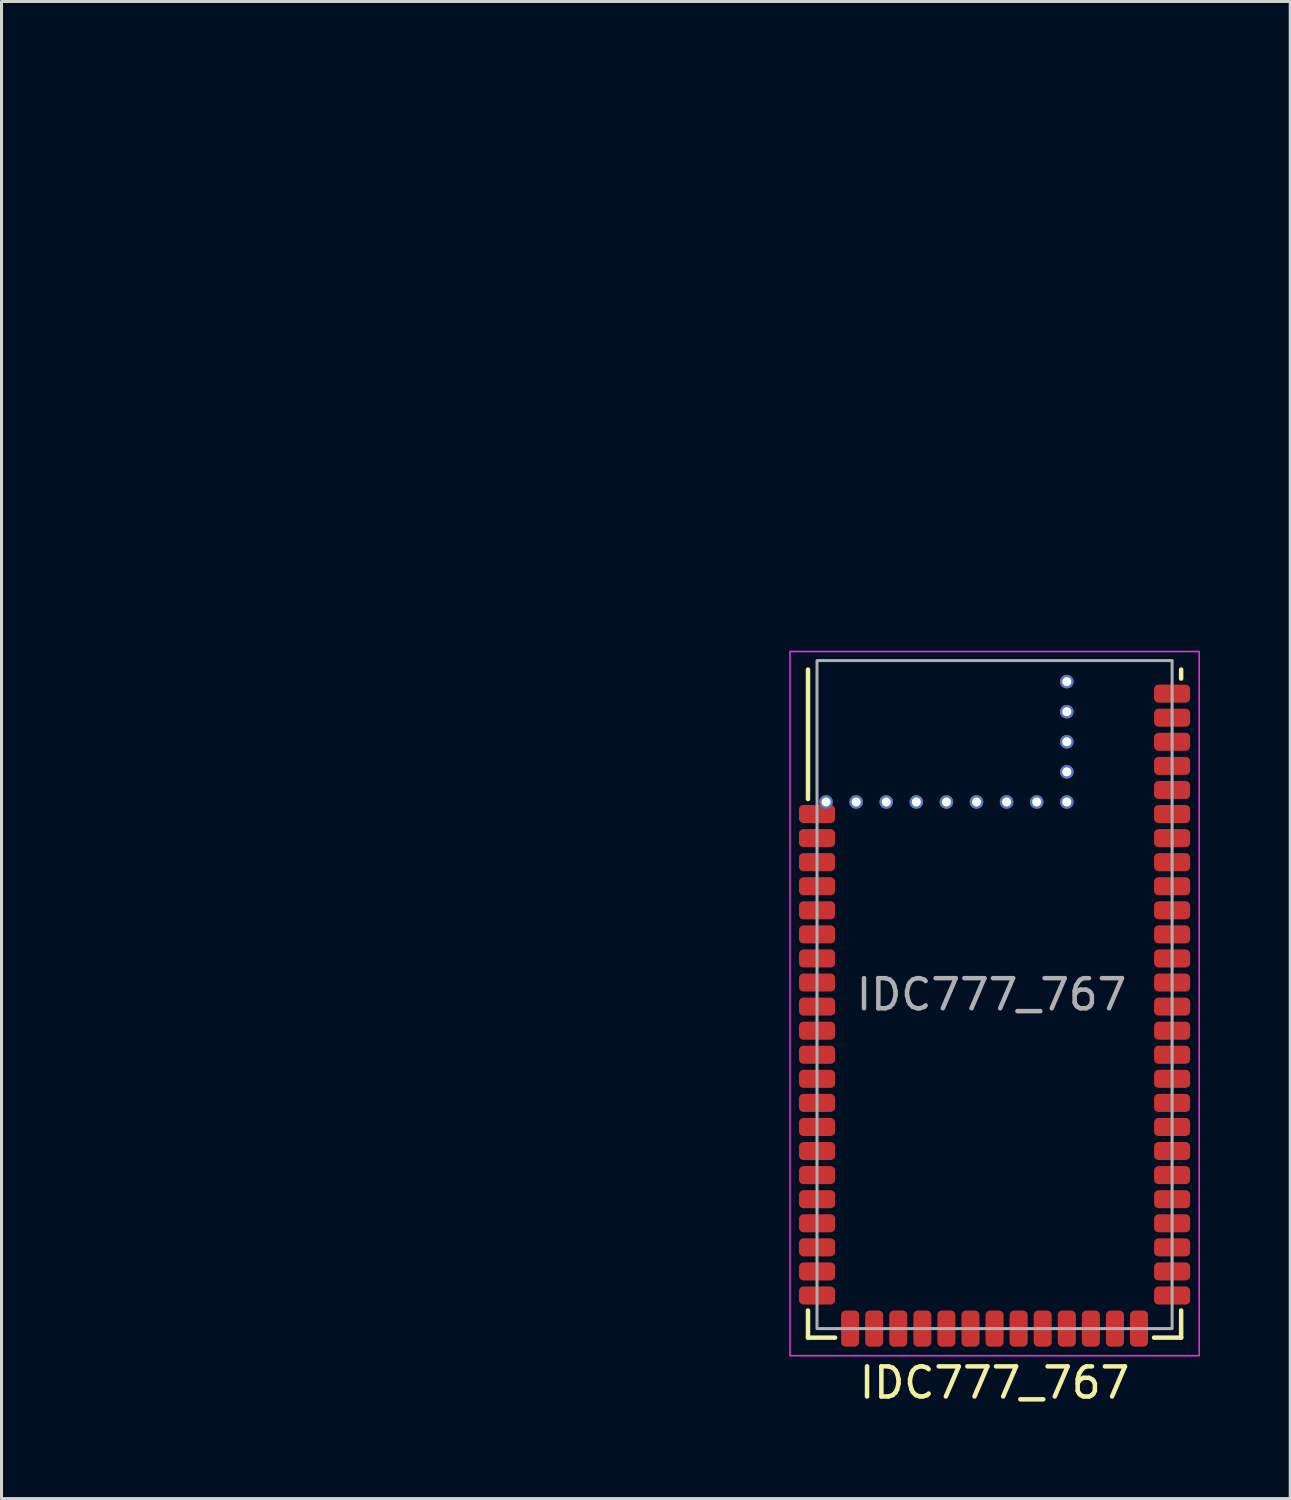
<source format=kicad_pcb>
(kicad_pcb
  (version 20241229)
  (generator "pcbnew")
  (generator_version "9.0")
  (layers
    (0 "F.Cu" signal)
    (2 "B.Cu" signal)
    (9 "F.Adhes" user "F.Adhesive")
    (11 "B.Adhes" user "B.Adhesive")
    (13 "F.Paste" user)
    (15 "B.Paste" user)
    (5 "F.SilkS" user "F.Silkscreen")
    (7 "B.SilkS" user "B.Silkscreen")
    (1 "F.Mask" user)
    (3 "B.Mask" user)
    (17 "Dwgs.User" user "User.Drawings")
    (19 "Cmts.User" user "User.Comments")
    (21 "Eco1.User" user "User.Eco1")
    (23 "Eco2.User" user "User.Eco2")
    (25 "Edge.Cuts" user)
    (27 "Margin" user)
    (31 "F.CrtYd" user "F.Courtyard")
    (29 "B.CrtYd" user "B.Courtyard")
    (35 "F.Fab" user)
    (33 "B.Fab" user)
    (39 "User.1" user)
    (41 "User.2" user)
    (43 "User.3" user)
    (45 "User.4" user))
  (footprint "IDC777_767"
    (layer "F.Cu")
    (at 30 30)
    (property "Reference" "IDC777_767" (at 0 12.9 0) (unlocked yes) (layer "F.SilkS") (effects (font (size 1 1) (thickness 0.15))))
    (attr smd)
    (fp_line (start -6.2 -6.5) (end -6.2 -10.8) (stroke (width 0.15) (type default)) (layer "F.SilkS"))
    (fp_line (start -6.2 11.4) (end -6.2 10.5) (stroke (width 0.15) (type default)) (layer "F.SilkS"))
    (fp_line (start -5.3 11.4) (end -6.2 11.4) (stroke (width 0.15) (type default)) (layer "F.SilkS"))
    (fp_line (start 5.3 11.4) (end 6.2 11.4) (stroke (width 0.15) (type default)) (layer "F.SilkS"))
    (fp_line (start 6.2 -10.5) (end 6.2 -10.8) (stroke (width 0.15) (type default)) (layer "F.SilkS"))
    (fp_line (start 6.2 11.4) (end 6.2 10.5) (stroke (width 0.15) (type default)) (layer "F.SilkS"))
    (fp_rect (start -6.8 -11.4) (end 6.8 12) (stroke (width 0.05) (type default)) (fill no) (layer "F.CrtYd"))
    (fp_rect (start -5.9 -11.1) (end 5.9 11.1) (stroke (width 0.1) (type default)) (fill no) (layer "F.Fab"))
    (fp_text user "${REFERENCE}" (at -0.1 0 0) (unlocked yes) (layer "F.Fab") (effects (font (size 1 1) (thickness 0.15))))
    (pad "1" smd roundrect (at -5.9 -6) (size 1.2 0.6) (layers "F.Cu" "F.Mask" "F.Paste") (roundrect_rratio 0.25))
    (pad "1" thru_hole circle (at -5.6 -6.4) (size 0.45 0.45) (drill 0.3) (layers "*.Cu"))
    (pad "1" thru_hole circle (at -4.6 -6.4) (size 0.45 0.45) (drill 0.3) (layers "*.Cu"))
    (pad "1" thru_hole circle (at -3.6 -6.4) (size 0.45 0.45) (drill 0.3) (layers "*.Cu"))
    (pad "1" thru_hole circle (at -2.6 -6.4) (size 0.45 0.45) (drill 0.3) (layers "*.Cu"))
    (pad "1" thru_hole circle (at -1.6 -6.4) (size 0.45 0.45) (drill 0.3) (layers "*.Cu"))
    (pad "1" thru_hole circle (at -0.6 -6.4) (size 0.45 0.45) (drill 0.3) (layers "*.Cu"))
    (pad "1" thru_hole circle (at 0.4 -6.4) (size 0.45 0.45) (drill 0.3) (layers "*.Cu"))
    (pad "1" thru_hole circle (at 1.4 -6.4) (size 0.45 0.45) (drill 0.3) (layers "*.Cu"))
    (pad "1" thru_hole circle (at 2.4 -10.4) (size 0.45 0.45) (drill 0.3) (layers "*.Cu"))
    (pad "1" thru_hole circle (at 2.4 -9.4) (size 0.45 0.45) (drill 0.3) (layers "*.Cu"))
    (pad "1" thru_hole circle (at 2.4 -8.4) (size 0.45 0.45) (drill 0.3) (layers "*.Cu"))
    (pad "1" thru_hole circle (at 2.4 -7.4) (size 0.45 0.45) (drill 0.3) (layers "*.Cu"))
    (pad "1" thru_hole circle (at 2.4 -6.4) (size 0.45 0.45) (drill 0.3) (layers "*.Cu"))
    (pad "2" smd roundrect (at -5.9 -5.2) (size 1.2 0.6) (layers "F.Cu" "F.Mask" "F.Paste") (roundrect_rratio 0.25))
    (pad "3" smd roundrect (at -5.9 -4.4) (size 1.2 0.6) (layers "F.Cu" "F.Mask" "F.Paste") (roundrect_rratio 0.25))
    (pad "4" smd roundrect (at -5.9 -3.6) (size 1.2 0.6) (layers "F.Cu" "F.Mask" "F.Paste") (roundrect_rratio 0.25))
    (pad "5" smd roundrect (at -5.9 -2.8) (size 1.2 0.6) (layers "F.Cu" "F.Mask" "F.Paste") (roundrect_rratio 0.25))
    (pad "6" smd roundrect (at -5.9 -2) (size 1.2 0.6) (layers "F.Cu" "F.Mask" "F.Paste") (roundrect_rratio 0.25))
    (pad "7" smd roundrect (at -5.9 -1.2) (size 1.2 0.6) (layers "F.Cu" "F.Mask" "F.Paste") (roundrect_rratio 0.25))
    (pad "8" smd roundrect (at -5.9 -0.4) (size 1.2 0.6) (layers "F.Cu" "F.Mask" "F.Paste") (roundrect_rratio 0.25))
    (pad "9" smd roundrect (at -5.9 0.4) (size 1.2 0.6) (layers "F.Cu" "F.Mask" "F.Paste") (roundrect_rratio 0.25))
    (pad "10" smd roundrect (at -5.9 1.2) (size 1.2 0.6) (layers "F.Cu" "F.Mask" "F.Paste") (roundrect_rratio 0.25))
    (pad "11" smd roundrect (at -5.9 2) (size 1.2 0.6) (layers "F.Cu" "F.Mask" "F.Paste") (roundrect_rratio 0.25))
    (pad "12" smd roundrect (at -5.9 2.8) (size 1.2 0.6) (layers "F.Cu" "F.Mask" "F.Paste") (roundrect_rratio 0.25))
    (pad "13" smd roundrect (at -5.9 3.6) (size 1.2 0.6) (layers "F.Cu" "F.Mask" "F.Paste") (roundrect_rratio 0.25))
    (pad "14" smd roundrect (at -5.9 4.4) (size 1.2 0.6) (layers "F.Cu" "F.Mask" "F.Paste") (roundrect_rratio 0.25))
    (pad "15" smd roundrect (at -5.9 5.2) (size 1.2 0.6) (layers "F.Cu" "F.Mask" "F.Paste") (roundrect_rratio 0.25))
    (pad "16" smd roundrect (at -5.9 6) (size 1.2 0.6) (layers "F.Cu" "F.Mask" "F.Paste") (roundrect_rratio 0.25))
    (pad "17" smd roundrect (at -5.9 6.8) (size 1.2 0.6) (layers "F.Cu" "F.Mask" "F.Paste") (roundrect_rratio 0.25))
    (pad "18" smd roundrect (at -5.9 7.6) (size 1.2 0.6) (layers "F.Cu" "F.Mask" "F.Paste") (roundrect_rratio 0.25))
    (pad "19" smd roundrect (at -5.9 8.4) (size 1.2 0.6) (layers "F.Cu" "F.Mask" "F.Paste") (roundrect_rratio 0.25))
    (pad "20" smd roundrect (at -5.9 9.2) (size 1.2 0.6) (layers "F.Cu" "F.Mask" "F.Paste") (roundrect_rratio 0.25))
    (pad "21" smd roundrect (at -5.9 10) (size 1.2 0.6) (layers "F.Cu" "F.Mask" "F.Paste") (roundrect_rratio 0.25))
    (pad "22" smd roundrect (at -4.8 11.1 90) (size 1.2 0.6) (layers "F.Cu" "F.Mask" "F.Paste") (roundrect_rratio 0.25))
    (pad "23" smd roundrect (at -4 11.1 90) (size 1.2 0.6) (layers "F.Cu" "F.Mask" "F.Paste") (roundrect_rratio 0.25))
    (pad "24" smd roundrect (at -3.2 11.1 90) (size 1.2 0.6) (layers "F.Cu" "F.Mask" "F.Paste") (roundrect_rratio 0.25))
    (pad "25" smd roundrect (at -2.4 11.1 90) (size 1.2 0.6) (layers "F.Cu" "F.Mask" "F.Paste") (roundrect_rratio 0.25))
    (pad "26" smd roundrect (at -1.6 11.1 90) (size 1.2 0.6) (layers "F.Cu" "F.Mask" "F.Paste") (roundrect_rratio 0.25))
    (pad "27" smd roundrect (at -0.8 11.1 90) (size 1.2 0.6) (layers "F.Cu" "F.Mask" "F.Paste") (roundrect_rratio 0.25))
    (pad "28" smd roundrect (at 0 11.1 90) (size 1.2 0.6) (layers "F.Cu" "F.Mask" "F.Paste") (roundrect_rratio 0.25))
    (pad "29" smd roundrect (at 0.8 11.1 90) (size 1.2 0.6) (layers "F.Cu" "F.Mask" "F.Paste") (roundrect_rratio 0.25))
    (pad "30" smd roundrect (at 1.6 11.1 90) (size 1.2 0.6) (layers "F.Cu" "F.Mask" "F.Paste") (roundrect_rratio 0.25))
    (pad "31" smd roundrect (at 2.4 11.1 90) (size 1.2 0.6) (layers "F.Cu" "F.Mask" "F.Paste") (roundrect_rratio 0.25))
    (pad "32" smd roundrect (at 3.2 11.1 90) (size 1.2 0.6) (layers "F.Cu" "F.Mask" "F.Paste") (roundrect_rratio 0.25))
    (pad "33" smd roundrect (at 4 11.1 90) (size 1.2 0.6) (layers "F.Cu" "F.Mask" "F.Paste") (roundrect_rratio 0.25))
    (pad "34" smd roundrect (at 4.8 11.1 90) (size 1.2 0.6) (layers "F.Cu" "F.Mask" "F.Paste") (roundrect_rratio 0.25))
    (pad "35" smd roundrect (at 5.9 10) (size 1.2 0.6) (layers "F.Cu" "F.Mask" "F.Paste") (roundrect_rratio 0.25))
    (pad "36" smd roundrect (at 5.9 9.2) (size 1.2 0.6) (layers "F.Cu" "F.Mask" "F.Paste") (roundrect_rratio 0.25))
    (pad "37" smd roundrect (at 5.9 8.4) (size 1.2 0.6) (layers "F.Cu" "F.Mask" "F.Paste") (roundrect_rratio 0.25))
    (pad "38" smd roundrect (at 5.9 7.6) (size 1.2 0.6) (layers "F.Cu" "F.Mask" "F.Paste") (roundrect_rratio 0.25))
    (pad "39" smd roundrect (at 5.9 6.8) (size 1.2 0.6) (layers "F.Cu" "F.Mask" "F.Paste") (roundrect_rratio 0.25))
    (pad "40" smd roundrect (at 5.9 6) (size 1.2 0.6) (layers "F.Cu" "F.Mask" "F.Paste") (roundrect_rratio 0.25))
    (pad "41" smd roundrect (at 5.9 5.2) (size 1.2 0.6) (layers "F.Cu" "F.Mask" "F.Paste") (roundrect_rratio 0.25))
    (pad "42" smd roundrect (at 5.9 4.4) (size 1.2 0.6) (layers "F.Cu" "F.Mask" "F.Paste") (roundrect_rratio 0.25))
    (pad "43" smd roundrect (at 5.9 3.6) (size 1.2 0.6) (layers "F.Cu" "F.Mask" "F.Paste") (roundrect_rratio 0.25))
    (pad "44" smd roundrect (at 5.9 2.8) (size 1.2 0.6) (layers "F.Cu" "F.Mask" "F.Paste") (roundrect_rratio 0.25))
    (pad "45" smd roundrect (at 5.9 2) (size 1.2 0.6) (layers "F.Cu" "F.Mask" "F.Paste") (roundrect_rratio 0.25))
    (pad "46" smd roundrect (at 5.9 1.2) (size 1.2 0.6) (layers "F.Cu" "F.Mask" "F.Paste") (roundrect_rratio 0.25))
    (pad "47" smd roundrect (at 5.9 0.4) (size 1.2 0.6) (layers "F.Cu" "F.Mask" "F.Paste") (roundrect_rratio 0.25))
    (pad "48" smd roundrect (at 5.9 -0.4) (size 1.2 0.6) (layers "F.Cu" "F.Mask" "F.Paste") (roundrect_rratio 0.25))
    (pad "49" smd roundrect (at 5.9 -1.2) (size 1.2 0.6) (layers "F.Cu" "F.Mask" "F.Paste") (roundrect_rratio 0.25))
    (pad "50" smd roundrect (at 5.9 -2) (size 1.2 0.6) (layers "F.Cu" "F.Mask" "F.Paste") (roundrect_rratio 0.25))
    (pad "51" smd roundrect (at 5.9 -2.8) (size 1.2 0.6) (layers "F.Cu" "F.Mask" "F.Paste") (roundrect_rratio 0.25))
    (pad "52" smd roundrect (at 5.9 -3.6) (size 1.2 0.6) (layers "F.Cu" "F.Mask" "F.Paste") (roundrect_rratio 0.25))
    (pad "53" smd roundrect (at 5.9 -4.4) (size 1.2 0.6) (layers "F.Cu" "F.Mask" "F.Paste") (roundrect_rratio 0.25))
    (pad "54" smd roundrect (at 5.9 -5.2) (size 1.2 0.6) (layers "F.Cu" "F.Mask" "F.Paste") (roundrect_rratio 0.25))
    (pad "55" smd roundrect (at 5.9 -6) (size 1.2 0.6) (layers "F.Cu" "F.Mask" "F.Paste") (roundrect_rratio 0.25))
    (pad "56" smd roundrect (at 5.9 -6.8) (size 1.2 0.6) (layers "F.Cu" "F.Mask" "F.Paste") (roundrect_rratio 0.25))
    (pad "57" smd roundrect (at 5.9 -7.6) (size 1.2 0.6) (layers "F.Cu" "F.Mask" "F.Paste") (roundrect_rratio 0.25))
    (pad "58" smd roundrect (at 5.9 -8.4) (size 1.2 0.6) (layers "F.Cu" "F.Mask" "F.Paste") (roundrect_rratio 0.25))
    (pad "59" smd roundrect (at 5.9 -9.2) (size 1.2 0.6) (layers "F.Cu" "F.Mask" "F.Paste") (roundrect_rratio 0.25))
    (pad "60" smd roundrect (at 5.9 -10) (size 1.2 0.6) (layers "F.Cu" "F.Mask" "F.Paste") (roundrect_rratio 0.25))
    (zone (net_name "") (layers "F.Cu" "B.Cu") (name "RF Metal Keepout") (hatch edge 0.5) (connect_pads) (min_thickness 0.25) (filled_areas_thickness no) (keepout (tracks not_allowed) (vias not_allowed) (pads not_allowed) (copperpour not_allowed) (footprints allowed)) (placement (enabled no)) (fill) (polygon (pts (xy 32.1 23.34) (xy 32.1 0) (xy 0 0) (xy 0 23.34)))))
  (gr_rect
    (start -3 -3)
    (end 39.825 46.748)
    (stroke (width 0.1) (type default))
    (fill no)
    (layer "Edge.Cuts")))
</source>
